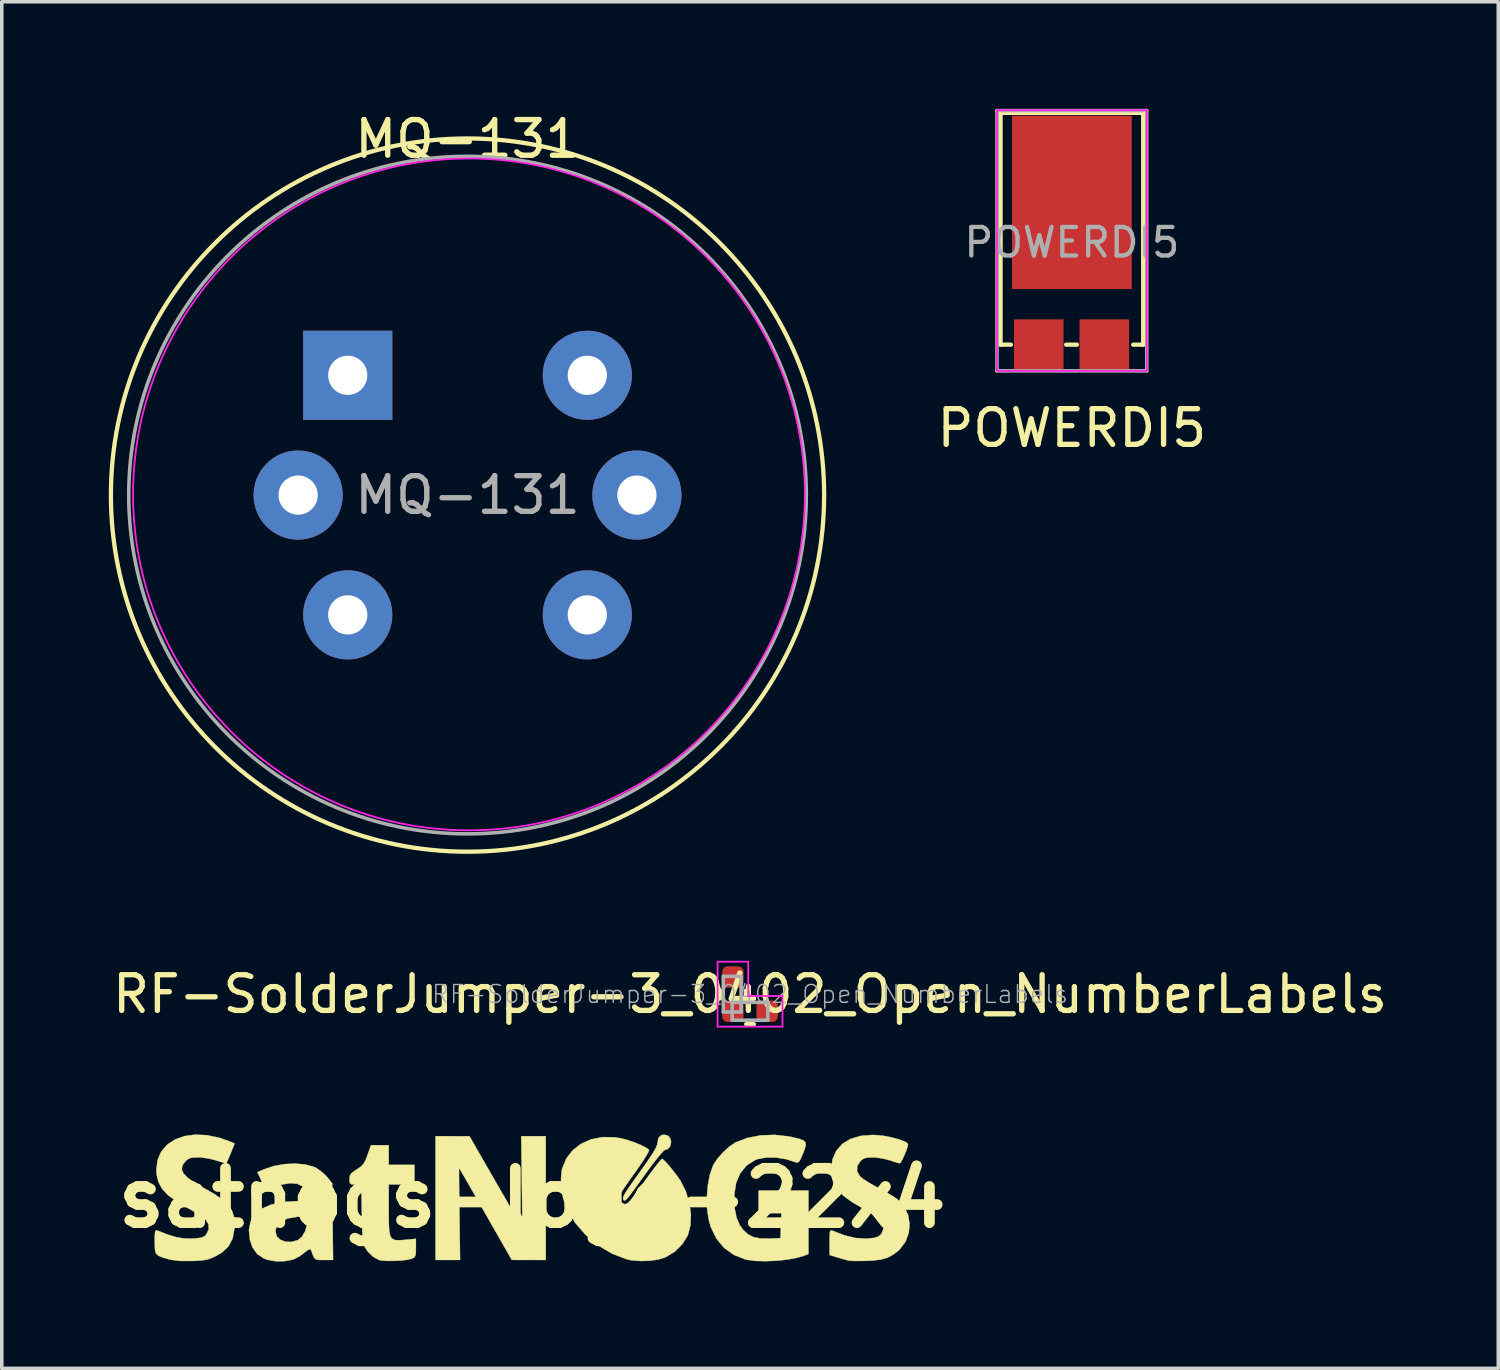
<source format=kicad_pcb>
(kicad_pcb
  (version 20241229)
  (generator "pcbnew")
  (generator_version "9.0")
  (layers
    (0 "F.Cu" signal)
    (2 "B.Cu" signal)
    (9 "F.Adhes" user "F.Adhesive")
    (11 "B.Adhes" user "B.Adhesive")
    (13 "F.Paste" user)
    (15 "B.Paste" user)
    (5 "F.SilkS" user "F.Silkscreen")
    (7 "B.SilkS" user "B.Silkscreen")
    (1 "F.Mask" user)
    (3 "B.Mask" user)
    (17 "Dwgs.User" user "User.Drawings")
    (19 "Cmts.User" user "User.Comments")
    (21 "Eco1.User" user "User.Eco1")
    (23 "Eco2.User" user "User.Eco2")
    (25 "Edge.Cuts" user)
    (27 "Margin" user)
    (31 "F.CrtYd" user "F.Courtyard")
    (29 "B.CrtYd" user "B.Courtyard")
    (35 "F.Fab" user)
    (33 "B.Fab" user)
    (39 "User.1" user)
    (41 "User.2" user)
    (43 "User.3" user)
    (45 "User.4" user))
  (footprint "MQ-131"
    (layer "F.Cu")
    (at 6.701 7.474)
    (property "Reference" "MQ-131" (at 3.359 -6.626 0) (layer "F.SilkS") (effects (font (size 1 1) (thickness 0.15))))
    (attr through_hole)
    (fp_circle (center 3.359 3.359) (end 3.359 13.359) (stroke (width 0.12) (type solid)) (fill no) (layer "F.SilkS"))
    (fp_circle (center 3.4 3.34) (end 2.97 12.75) (stroke (width 0.05) (type solid)) (fill no) (layer "F.CrtYd"))
    (fp_circle (center 3.359 3.359) (end 3.359 12.859) (stroke (width 0.1) (type solid)) (fill no) (layer "F.Fab"))
    (fp_text user "${REFERENCE}" (at 3.359 3.359 0) (layer "F.Fab") (effects (font (size 1 1) (thickness 0.15))))
    (pad "A" thru_hole rect (at 0 0) (size 2.5 2.5) (drill 1.1) (layers "*.Cu" "*.Mask"))
    (pad "A" thru_hole oval (at 0 6.718) (size 2.5 2.5) (drill 1.1) (layers "*.Cu" "*.Mask"))
    (pad "B" thru_hole oval (at 6.718 0) (size 2.5 2.5) (drill 1.1) (layers "*.Cu" "*.Mask"))
    (pad "B" thru_hole oval (at 6.718 6.718) (size 2.5 2.5) (drill 1.1) (layers "*.Cu" "*.Mask"))
    (pad "H1" thru_hole oval (at -1.391 3.359) (size 2.5 2.5) (drill 1.1) (layers "*.Cu" "*.Mask"))
    (pad "H2" thru_hole oval (at 8.109 3.359) (size 2.5 2.5) (drill 1.1) (layers "*.Cu" "*.Mask")))
  (footprint "satnogs-logo-22x4"
    (layer "F.Cu")
    (at 11.873 30.546)
    (property "Reference" "satnogs-logo-22x4" (at 0 0 0) (layer "F.SilkS") (effects (font (size 1.524 1.524) (thickness 0.3))))
    (attr through_hole)
    (fp_poly (pts (xy 0.381 1.736) (xy -0.572 1.734) (xy -1.308 0.444) (xy -1.479 0.144) (xy -1.636 -0.131) (xy -1.775 -0.374) (xy -1.891 -0.574) (xy -1.979 -0.726) (xy -2.033 -0.819) (xy -2.05 -0.847) (xy -2.051 -0.806) (xy -2.051 -0.691) (xy -2.05 -0.512) (xy -2.048 -0.279) (xy -2.045 -0.002) (xy -2.041 0.308) (xy -2.039 0.445) (xy -2.022 1.736) (xy -2.709 1.736) (xy -2.709 -1.736) (xy -1.757 -1.733) (xy -1.27 -0.884) (xy -1.112 -0.609) (xy -0.95 -0.328) (xy -0.795 -0.059) (xy -0.658 0.177) (xy -0.55 0.364) (xy -0.528 0.401) (xy -0.274 0.839) (xy -0.29 -0.449) (xy -0.306 -1.736) (xy 0.381 -1.736) (xy 0.381 1.736)) (stroke (width 0.01) (type solid)) (fill yes) (layer "F.SilkS"))
    (fp_poly (pts (xy 3.821 -1.744) (xy 3.885 -1.646) (xy 3.895 -1.566) (xy 3.865 -1.44) (xy 3.787 -1.367) (xy 3.727 -1.355) (xy 3.682 -1.321) (xy 3.598 -1.228) (xy 3.481 -1.085) (xy 3.34 -0.902) (xy 3.183 -0.688) (xy 3.159 -0.656) (xy 2.982 -0.409) (xy 2.847 -0.223) (xy 2.748 -0.09) (xy 2.678 -0.003) (xy 2.631 0.047) (xy 2.601 0.067) (xy 2.58 0.066) (xy 2.567 0.055) (xy 2.549 0.027) (xy 2.55 -0.015) (xy 2.575 -0.078) (xy 2.629 -0.173) (xy 2.718 -0.307) (xy 2.847 -0.491) (xy 3.021 -0.733) (xy 3.027 -0.742) (xy 3.208 -0.997) (xy 3.342 -1.194) (xy 3.434 -1.342) (xy 3.489 -1.45) (xy 3.512 -1.526) (xy 3.514 -1.546) (xy 3.541 -1.687) (xy 3.623 -1.764) (xy 3.704 -1.778) (xy 3.821 -1.744)) (stroke (width 0.01) (type solid)) (fill yes) (layer "F.SilkS"))
    (fp_poly (pts (xy -4.022 -0.931) (xy -3.302 -0.931) (xy -3.302 -0.381) (xy -4.022 -0.381) (xy -4.022 0.332) (xy -4.021 0.626) (xy -4.014 0.845) (xy -3.995 1) (xy -3.96 1.101) (xy -3.901 1.158) (xy -3.814 1.182) (xy -3.693 1.181) (xy -3.556 1.17) (xy -3.26 1.142) (xy -3.26 1.398) (xy -3.263 1.541) (xy -3.278 1.624) (xy -3.314 1.669) (xy -3.376 1.7) (xy -3.494 1.729) (xy -3.666 1.75) (xy -3.863 1.761) (xy -4.056 1.762) (xy -4.216 1.752) (xy -4.292 1.737) (xy -4.463 1.644) (xy -4.617 1.49) (xy -4.692 1.376) (xy -4.717 1.313) (xy -4.737 1.223) (xy -4.752 1.094) (xy -4.763 0.914) (xy -4.771 0.67) (xy -4.776 0.434) (xy -4.791 -0.381) (xy -4.957 -0.381) (xy -5.064 -0.386) (xy -5.11 -0.415) (xy -5.122 -0.491) (xy -5.122 -0.53) (xy -5.114 -0.621) (xy -5.076 -0.689) (xy -4.991 -0.757) (xy -4.919 -0.803) (xy -4.804 -0.882) (xy -4.727 -0.963) (xy -4.668 -1.075) (xy -4.618 -1.205) (xy -4.52 -1.482) (xy -4.022 -1.482) (xy -4.022 -0.931)) (stroke (width 0.01) (type solid)) (fill yes) (layer "F.SilkS"))
    (fp_poly (pts (xy 7.198 -1.729) (xy 7.279 -1.712) (xy 7.477 -1.664) (xy 7.602 -1.619) (xy 7.664 -1.562) (xy 7.672 -1.48) (xy 7.637 -1.358) (xy 7.597 -1.255) (xy 7.531 -1.103) (xy 7.482 -1.02) (xy 7.439 -0.993) (xy 7.413 -0.997) (xy 7.13 -1.089) (xy 6.838 -1.136) (xy 6.561 -1.138) (xy 6.321 -1.092) (xy 6.244 -1.063) (xy 6.011 -0.911) (xy 5.836 -0.699) (xy 5.721 -0.432) (xy 5.669 -0.114) (xy 5.666 -0.008) (xy 5.682 0.307) (xy 5.733 0.557) (xy 5.822 0.761) (xy 5.912 0.886) (xy 6.048 1.014) (xy 6.204 1.094) (xy 6.4 1.132) (xy 6.656 1.136) (xy 6.668 1.135) (xy 6.964 1.122) (xy 6.976 0.773) (xy 6.988 0.423) (xy 6.35 0.423) (xy 6.35 -0.212) (xy 7.747 -0.212) (xy 7.747 1.568) (xy 7.631 1.614) (xy 7.414 1.678) (xy 7.144 1.726) (xy 6.845 1.757) (xy 6.543 1.769) (xy 6.263 1.762) (xy 6.03 1.732) (xy 5.969 1.718) (xy 5.647 1.588) (xy 5.379 1.393) (xy 5.166 1.136) (xy 5.012 0.82) (xy 4.95 0.605) (xy 4.905 0.308) (xy 4.898 -0.018) (xy 4.924 -0.346) (xy 4.981 -0.651) (xy 5.069 -0.905) (xy 5.083 -0.936) (xy 5.192 -1.101) (xy 5.347 -1.277) (xy 5.521 -1.437) (xy 5.687 -1.552) (xy 5.702 -1.56) (xy 6.032 -1.686) (xy 6.406 -1.758) (xy 6.802 -1.773) (xy 7.198 -1.729)) (stroke (width 0.01) (type solid)) (fill yes) (layer "F.SilkS"))
    (fp_poly (pts (xy 2.313 -1.705) (xy 2.487 -1.677) (xy 2.674 -1.628) (xy 2.872 -1.56) (xy 3.057 -1.483) (xy 3.204 -1.407) (xy 3.277 -1.354) (xy 3.266 -1.307) (xy 3.21 -1.203) (xy 3.113 -1.05) (xy 2.982 -0.856) (xy 2.879 -0.711) (xy 2.736 -0.51) (xy 2.611 -0.33) (xy 2.511 -0.182) (xy 2.446 -0.08) (xy 2.425 -0.038) (xy 2.44 0.043) (xy 2.501 0.123) (xy 2.581 0.167) (xy 2.596 0.169) (xy 2.634 0.163) (xy 2.675 0.142) (xy 2.726 0.095) (xy 2.795 0.015) (xy 2.89 -0.109) (xy 3.018 -0.285) (xy 3.171 -0.497) (xy 3.313 -0.693) (xy 3.44 -0.862) (xy 3.543 -0.994) (xy 3.613 -1.077) (xy 3.64 -1.101) (xy 3.687 -1.069) (xy 3.769 -0.986) (xy 3.873 -0.867) (xy 3.983 -0.73) (xy 4.087 -0.592) (xy 4.163 -0.48) (xy 4.31 -0.184) (xy 4.407 0.135) (xy 4.451 0.457) (xy 4.439 0.763) (xy 4.368 1.033) (xy 4.362 1.047) (xy 4.213 1.29) (xy 4.001 1.5) (xy 3.742 1.658) (xy 3.731 1.663) (xy 3.535 1.723) (xy 3.291 1.757) (xy 3.03 1.765) (xy 2.784 1.745) (xy 2.65 1.716) (xy 2.235 1.556) (xy 1.849 1.326) (xy 1.504 1.037) (xy 1.212 0.701) (xy 0.985 0.327) (xy 0.94 0.227) (xy 0.866 -0.005) (xy 0.821 -0.271) (xy 0.808 -0.539) (xy 0.829 -0.774) (xy 0.843 -0.832) (xy 0.959 -1.112) (xy 1.14 -1.344) (xy 1.375 -1.524) (xy 1.655 -1.648) (xy 1.971 -1.71) (xy 2.313 -1.705)) (stroke (width 0.01) (type solid)) (fill yes) (layer "F.SilkS"))
    (fp_poly (pts (xy -6.368 -0.943) (xy -6.129 -0.878) (xy -6.047 -0.839) (xy -5.907 -0.741) (xy -5.773 -0.616) (xy -5.74 -0.578) (xy -5.609 -0.416) (xy -5.596 0.66) (xy -5.583 1.736) (xy -5.84 1.736) (xy -5.974 1.735) (xy -6.057 1.722) (xy -6.109 1.681) (xy -6.151 1.593) (xy -6.203 1.447) (xy -6.238 1.431) (xy -6.317 1.475) (xy -6.392 1.535) (xy -6.526 1.632) (xy -6.67 1.708) (xy -6.725 1.729) (xy -6.955 1.77) (xy -7.202 1.77) (xy -7.428 1.73) (xy -7.518 1.697) (xy -7.709 1.57) (xy -7.842 1.383) (xy -7.915 1.17) (xy -7.937 0.95) (xy -7.197 0.95) (xy -7.16 1.076) (xy -7.061 1.169) (xy -6.919 1.223) (xy -6.754 1.23) (xy -6.583 1.184) (xy -6.562 1.174) (xy -6.45 1.077) (xy -6.363 0.924) (xy -6.314 0.744) (xy -6.308 0.661) (xy -6.308 0.496) (xy -6.588 0.525) (xy -6.846 0.569) (xy -7.029 0.641) (xy -7.143 0.747) (xy -7.193 0.889) (xy -7.197 0.95) (xy -7.937 0.95) (xy -7.943 0.894) (xy -7.896 0.656) (xy -7.777 0.458) (xy -7.586 0.3) (xy -7.326 0.184) (xy -6.999 0.112) (xy -6.606 0.085) (xy -6.572 0.085) (xy -6.428 0.083) (xy -6.349 0.071) (xy -6.315 0.043) (xy -6.308 -0.01) (xy -6.308 -0.019) (xy -6.341 -0.2) (xy -6.436 -0.328) (xy -6.588 -0.402) (xy -6.79 -0.418) (xy -7.036 -0.376) (xy -7.154 -0.339) (xy -7.288 -0.294) (xy -7.391 -0.264) (xy -7.431 -0.255) (xy -7.472 -0.29) (xy -7.532 -0.381) (xy -7.591 -0.489) (xy -7.706 -0.724) (xy -7.517 -0.808) (xy -7.246 -0.899) (xy -6.949 -0.952) (xy -6.649 -0.967) (xy -6.368 -0.943)) (stroke (width 0.01) (type solid)) (fill yes) (layer "F.SilkS"))
    (fp_poly (pts (xy -9.126 -1.764) (xy -8.777 -1.692) (xy -8.489 -1.591) (xy -8.343 -1.53) (xy -8.452 -1.262) (xy -8.508 -1.126) (xy -8.552 -1.024) (xy -8.574 -0.98) (xy -8.574 -0.98) (xy -8.619 -0.984) (xy -8.72 -1.011) (xy -8.854 -1.054) (xy -9.055 -1.106) (xy -9.267 -1.138) (xy -9.366 -1.143) (xy -9.52 -1.137) (xy -9.62 -1.111) (xy -9.698 -1.058) (xy -9.717 -1.039) (xy -9.805 -0.923) (xy -9.826 -0.808) (xy -9.779 -0.691) (xy -9.658 -0.566) (xy -9.463 -0.428) (xy -9.228 -0.294) (xy -8.924 -0.121) (xy -8.693 0.037) (xy -8.527 0.191) (xy -8.419 0.35) (xy -8.361 0.527) (xy -8.344 0.73) (xy -8.35 0.864) (xy -8.401 1.134) (xy -8.513 1.35) (xy -8.693 1.522) (xy -8.868 1.626) (xy -9 1.686) (xy -9.121 1.725) (xy -9.258 1.747) (xy -9.44 1.76) (xy -9.545 1.764) (xy -9.871 1.762) (xy -10.124 1.732) (xy -10.194 1.715) (xy -10.374 1.662) (xy -10.487 1.614) (xy -10.55 1.55) (xy -10.577 1.453) (xy -10.583 1.302) (xy -10.583 1.222) (xy -10.582 1.053) (xy -10.574 0.954) (xy -10.557 0.91) (xy -10.528 0.904) (xy -10.509 0.911) (xy -10.226 1.022) (xy -9.992 1.093) (xy -9.785 1.13) (xy -9.583 1.137) (xy -9.534 1.136) (xy -9.364 1.123) (xy -9.255 1.103) (xy -9.185 1.067) (xy -9.139 1.021) (xy -9.068 0.875) (xy -9.078 0.728) (xy -9.169 0.59) (xy -9.176 0.584) (xy -9.264 0.517) (xy -9.404 0.425) (xy -9.573 0.325) (xy -9.673 0.27) (xy -9.981 0.09) (xy -10.213 -0.084) (xy -10.377 -0.261) (xy -10.481 -0.45) (xy -10.531 -0.661) (xy -10.539 -0.804) (xy -10.502 -1.077) (xy -10.398 -1.31) (xy -10.232 -1.5) (xy -10.015 -1.643) (xy -9.753 -1.737) (xy -9.454 -1.778) (xy -9.126 -1.764)) (stroke (width 0.01) (type solid)) (fill yes) (layer "F.SilkS"))
    (fp_poly (pts (xy 9.671 -1.765) (xy 9.859 -1.744) (xy 10.053 -1.707) (xy 10.237 -1.66) (xy 10.391 -1.609) (xy 10.499 -1.558) (xy 10.541 -1.513) (xy 10.541 -1.511) (xy 10.525 -1.434) (xy 10.486 -1.319) (xy 10.433 -1.191) (xy 10.378 -1.075) (xy 10.332 -0.996) (xy 10.308 -0.975) (xy 10.248 -0.989) (xy 10.135 -1.024) (xy 10.033 -1.058) (xy 9.848 -1.107) (xy 9.644 -1.137) (xy 9.555 -1.142) (xy 9.402 -1.136) (xy 9.303 -1.111) (xy 9.225 -1.058) (xy 9.206 -1.039) (xy 9.117 -0.902) (xy 9.11 -0.757) (xy 9.186 -0.619) (xy 9.218 -0.585) (xy 9.306 -0.52) (xy 9.446 -0.43) (xy 9.617 -0.332) (xy 9.725 -0.274) (xy 9.907 -0.175) (xy 10.078 -0.075) (xy 10.211 0.012) (xy 10.261 0.049) (xy 10.433 0.242) (xy 10.541 0.473) (xy 10.583 0.724) (xy 10.56 0.978) (xy 10.47 1.219) (xy 10.316 1.429) (xy 10.271 1.472) (xy 10.116 1.591) (xy 9.959 1.673) (xy 9.775 1.724) (xy 9.544 1.751) (xy 9.377 1.76) (xy 9.187 1.763) (xy 9.023 1.763) (xy 8.906 1.757) (xy 8.869 1.752) (xy 8.781 1.728) (xy 8.648 1.69) (xy 8.562 1.664) (xy 8.34 1.597) (xy 8.34 1.239) (xy 8.341 1.065) (xy 8.348 0.961) (xy 8.364 0.913) (xy 8.391 0.905) (xy 8.414 0.913) (xy 8.756 1.044) (xy 9.06 1.118) (xy 9.344 1.137) (xy 9.39 1.136) (xy 9.583 1.117) (xy 9.709 1.079) (xy 9.788 1.009) (xy 9.838 0.897) (xy 9.85 0.854) (xy 9.85 0.756) (xy 9.797 0.657) (xy 9.684 0.548) (xy 9.504 0.424) (xy 9.268 0.287) (xy 8.962 0.107) (xy 8.73 -0.062) (xy 8.564 -0.227) (xy 8.456 -0.4) (xy 8.399 -0.59) (xy 8.383 -0.792) (xy 8.42 -1.081) (xy 8.526 -1.324) (xy 8.696 -1.518) (xy 8.926 -1.659) (xy 9.212 -1.744) (xy 9.548 -1.771) (xy 9.671 -1.765)) (stroke (width 0.01) (type solid)) (fill yes) (layer "F.SilkS")))
  (footprint "RF-SolderJumper-3_0402_Open_NumberLabels"
    (layer "F.Cu")
    (at 17.982 24.828)
    (property "Reference" "RF-SolderJumper-3_0402_Open_NumberLabels" (at 0 0 0) (layer "F.SilkS") (effects (font (size 1 1) (thickness 0.15))))
    (attr smd)
    (fp_line (start -0.84 0.118) (end -0.84 -0.098) (stroke (width 0.12) (type solid)) (layer "F.SilkS"))
    (fp_line (start -0.12 0.118) (end -0.12 -0.098) (stroke (width 0.12) (type solid)) (layer "F.SilkS"))
    (fp_line (start -0.108 0.12) (end 0.108 0.12) (stroke (width 0.12) (type solid)) (layer "F.SilkS"))
    (fp_line (start -0.108 0.84) (end 0.108 0.84) (stroke (width 0.12) (type solid)) (layer "F.SilkS"))
    (fp_line (start -0.91 -0.91) (end -0.05 -0.91) (stroke (width 0.05) (type solid)) (layer "F.CrtYd"))
    (fp_line (start -0.91 0.91) (end -0.91 -0.91) (stroke (width 0.05) (type solid)) (layer "F.CrtYd"))
    (fp_line (start -0.05 0.05) (end -0.05 -0.91) (stroke (width 0.05) (type solid)) (layer "F.CrtYd"))
    (fp_line (start -0.05 0.05) (end 0.91 0.05) (stroke (width 0.05) (type solid)) (layer "F.CrtYd"))
    (fp_line (start 0.91 0.05) (end 0.91 0.91) (stroke (width 0.05) (type solid)) (layer "F.CrtYd"))
    (fp_line (start 0.91 0.91) (end -0.91 0.91) (stroke (width 0.05) (type solid)) (layer "F.CrtYd"))
    (fp_line (start -0.75 -0.5) (end -0.25 -0.5) (stroke (width 0.1) (type solid)) (layer "F.Fab"))
    (fp_line (start -0.75 0.5) (end -0.75 -0.5) (stroke (width 0.1) (type solid)) (layer "F.Fab"))
    (fp_line (start -0.5 0.23) (end 0.5 0.23) (stroke (width 0.1) (type solid)) (layer "F.Fab"))
    (fp_line (start -0.5 0.73) (end -0.5 0.23) (stroke (width 0.1) (type solid)) (layer "F.Fab"))
    (fp_line (start -0.25 -0.5) (end -0.25 0.5) (stroke (width 0.1) (type solid)) (layer "F.Fab"))
    (fp_line (start -0.25 0.5) (end -0.75 0.5) (stroke (width 0.1) (type solid)) (layer "F.Fab"))
    (fp_line (start 0.5 0.23) (end 0.5 0.73) (stroke (width 0.1) (type solid)) (layer "F.Fab"))
    (fp_line (start 0.5 0.73) (end -0.5 0.73) (stroke (width 0.1) (type solid)) (layer "F.Fab"))
    (fp_text user "${REFERENCE}" (at 0 0 0) (layer "F.Fab") (effects (font (size 0.5 0.5) (thickness 0.04))))
    (pad "1" smd roundrect (at -0.48 -0.48) (size 0.6 0.6) (layers "F.Cu" "F.Mask" "F.Paste") (roundrect_rratio 0.25))
    (pad "2" smd roundrect (at -0.48 0.48) (size 0.6 0.6) (layers "F.Cu" "F.Mask" "F.Paste") (roundrect_rratio 0.25))
    (pad "3" smd roundrect (at 0.48 0.48) (size 0.6 0.6) (layers "F.Cu" "F.Mask" "F.Paste") (roundrect_rratio 0.25)))
  (footprint "POWERDI5"
    (layer "F.Cu")
    (at 27.007 3.75)
    (property "Reference" "POWERDI5" (at 0 5.205 0) (layer "F.SilkS") (effects (font (size 1 1) (thickness 0.15))))
    (attr smd)
    (fp_line (start -2 -3.635) (end -2 2.865) (stroke (width 0.12) (type solid)) (layer "F.SilkS"))
    (fp_line (start -2 2.865) (end -1.71 2.865) (stroke (width 0.12) (type solid)) (layer "F.SilkS"))
    (fp_line (start -0.16 2.865) (end 0.14 2.865) (stroke (width 0.12) (type solid)) (layer "F.SilkS"))
    (fp_line (start 1.72 2.865) (end 2 2.865) (stroke (width 0.12) (type solid)) (layer "F.SilkS"))
    (fp_line (start 2 -3.635) (end -2 -3.635) (stroke (width 0.12) (type solid)) (layer "F.SilkS"))
    (fp_line (start 2 2.865) (end 2 -3.635) (stroke (width 0.12) (type solid)) (layer "F.SilkS"))
    (fp_line (start -2.1 -3.71) (end 2.1 -3.71) (stroke (width 0.05) (type solid)) (layer "F.CrtYd"))
    (fp_line (start -2.1 3.6) (end -2.1 -3.71) (stroke (width 0.05) (type solid)) (layer "F.CrtYd"))
    (fp_line (start 2.1 -3.71) (end 2.1 3.6) (stroke (width 0.05) (type solid)) (layer "F.CrtYd"))
    (fp_line (start 2.1 3.6) (end -2.1 3.6) (stroke (width 0.05) (type solid)) (layer "F.CrtYd"))
    (fp_line (start -2.1 -3.7) (end 2.1 -3.7) (stroke (width 0.1) (type solid)) (layer "F.Fab"))
    (fp_line (start -2.1 3.6) (end -2.1 -3.7) (stroke (width 0.1) (type solid)) (layer "F.Fab"))
    (fp_line (start 2.1 -3.7) (end 2.1 3.6) (stroke (width 0.1) (type solid)) (layer "F.Fab"))
    (fp_line (start 2.1 3.6) (end -2.1 3.6) (stroke (width 0.1) (type solid)) (layer "F.Fab"))
    (fp_text user "${REFERENCE}" (at 0 0 0) (layer "F.Fab") (effects (font (size 0.8 0.8) (thickness 0.12))))
    (pad "1" smd rect (at 0 -1.125) (size 3.36 4.86) (layers "F.Cu" "F.Mask" "F.Paste"))
    (pad "2" smd rect (at -0.93 2.855) (size 1.39 1.4) (layers "F.Cu" "F.Mask" "F.Paste"))
    (pad "2" smd rect (at 0.91 2.855) (size 1.39 1.4) (layers "F.Cu" "F.Mask" "F.Paste")))
  (gr_rect
    (start -3 -3)
    (end 38.964 35.322)
    (stroke (width 0.1) (type default))
    (fill no)
    (layer "Edge.Cuts")))
</source>
